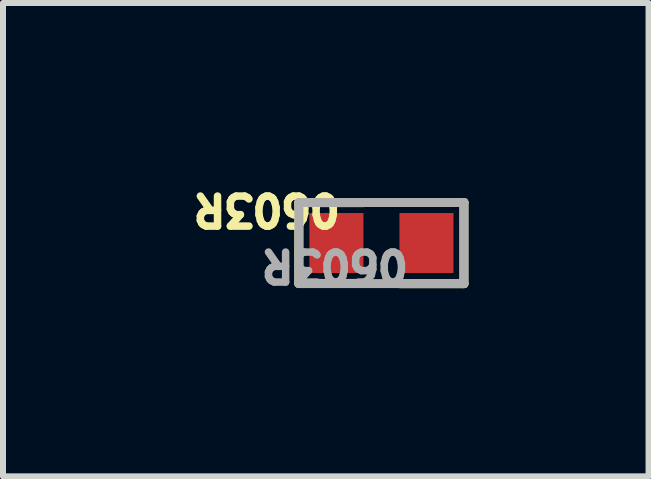
<source format=kicad_pcb>
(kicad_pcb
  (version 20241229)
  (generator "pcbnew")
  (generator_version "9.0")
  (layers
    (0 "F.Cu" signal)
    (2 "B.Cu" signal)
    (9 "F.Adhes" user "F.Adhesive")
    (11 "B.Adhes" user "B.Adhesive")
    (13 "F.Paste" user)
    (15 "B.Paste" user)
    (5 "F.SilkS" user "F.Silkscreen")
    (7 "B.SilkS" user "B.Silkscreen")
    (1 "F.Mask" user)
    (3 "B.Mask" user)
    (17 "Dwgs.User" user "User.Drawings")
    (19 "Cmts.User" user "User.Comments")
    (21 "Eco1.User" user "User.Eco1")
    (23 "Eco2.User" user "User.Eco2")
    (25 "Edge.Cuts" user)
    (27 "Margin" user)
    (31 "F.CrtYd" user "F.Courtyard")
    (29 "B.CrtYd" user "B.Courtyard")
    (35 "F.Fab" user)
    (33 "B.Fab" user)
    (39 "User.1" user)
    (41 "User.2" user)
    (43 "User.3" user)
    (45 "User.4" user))
  (footprint "0603R"
    (layer "F.Cu")
    (at 3.305 0.999)
    (property "Reference" "0603R" (at -0.625 -0.85 180) (unlocked yes) (layer "F.SilkS") (effects (font (size 0.5 0.5) (thickness 0.254)) (justify left bottom)))
    (fp_line (start -1.377 -0.673) (end -0.306 -0.673) (stroke (width 0.15) (type solid)) (layer "F.SilkS"))
    (fp_line (start -1.377 0.673) (end -1.377 -0.673) (stroke (width 0.15) (type solid)) (layer "F.SilkS"))
    (fp_line (start -1.377 0.673) (end -0.308 0.673) (stroke (width 0.15) (type solid)) (layer "F.SilkS"))
    (fp_line (start 0.301 -0.675) (end 1.374 -0.675) (stroke (width 0.15) (type solid)) (layer "F.SilkS"))
    (fp_line (start 0.307 0.677) (end 1.374 0.677) (stroke (width 0.15) (type solid)) (layer "F.SilkS"))
    (fp_line (start 1.374 0.677) (end 1.374 -0.675) (stroke (width 0.15) (type solid)) (layer "F.SilkS"))
    (fp_line (start -1.262 0.55) (end 1.24 0.55) (stroke (width 0.1) (type solid)) (layer "Eco1.User"))
    (fp_line (start -1.258 -0.549) (end 1.25 -0.549) (stroke (width 0.1) (type solid)) (layer "Eco1.User"))
    (fp_line (start -1.253 -0.544) (end -1.258 -0.549) (stroke (width 0.1) (type solid)) (layer "Eco1.User"))
    (fp_line (start -1.253 0.559) (end -1.262 0.55) (stroke (width 0.1) (type solid)) (layer "Eco1.User"))
    (fp_line (start -1.253 0.559) (end -1.253 -0.544) (stroke (width 0.1) (type solid)) (layer "Eco1.User"))
    (fp_line (start -0.473 -0.003) (end 0.477 -0.003) (stroke (width 0.1) (type solid)) (layer "Eco1.User"))
    (fp_line (start 0.003 0.397) (end 0.003 -0.404) (stroke (width 0.1) (type solid)) (layer "Eco1.User"))
    (fp_line (start 1.25 0.56) (end 1.24 0.55) (stroke (width 0.1) (type solid)) (layer "Eco1.User"))
    (fp_line (start 1.25 0.56) (end 1.25 -0.549) (stroke (width 0.1) (type solid)) (layer "Eco1.User"))
    (fp_line (start -1.375 -0.675) (end 1.375 -0.675) (stroke (width 0.15) (type solid)) (layer "F.Fab"))
    (fp_line (start -1.375 0.675) (end -1.375 -0.675) (stroke (width 0.15) (type solid)) (layer "F.Fab"))
    (fp_line (start -1.375 0.675) (end 1.375 0.675) (stroke (width 0.15) (type solid)) (layer "F.Fab"))
    (fp_line (start 1.375 0.675) (end 1.375 -0.675) (stroke (width 0.15) (type solid)) (layer "F.Fab"))
    (fp_text user "${REFERENCE}" (at -0.775 0.375 180) (unlocked yes) (layer "F.Fab") (effects (font (size 0.5 0.5) (thickness 0.254))))
    (pad "1" smd rect (at -0.75 -0.000002 180) (size 0.9 1) (layers "F.Cu" "F.Mask" "F.Paste"))
    (pad "2" smd rect (at 0.75 -0.000002 180) (size 0.9 1) (layers "F.Cu" "F.Mask" "F.Paste")))
  (gr_rect
    (start -3 -3)
    (end 7.755 4.886)
    (stroke (width 0.1) (type default))
    (fill no)
    (layer "Edge.Cuts")))
</source>
